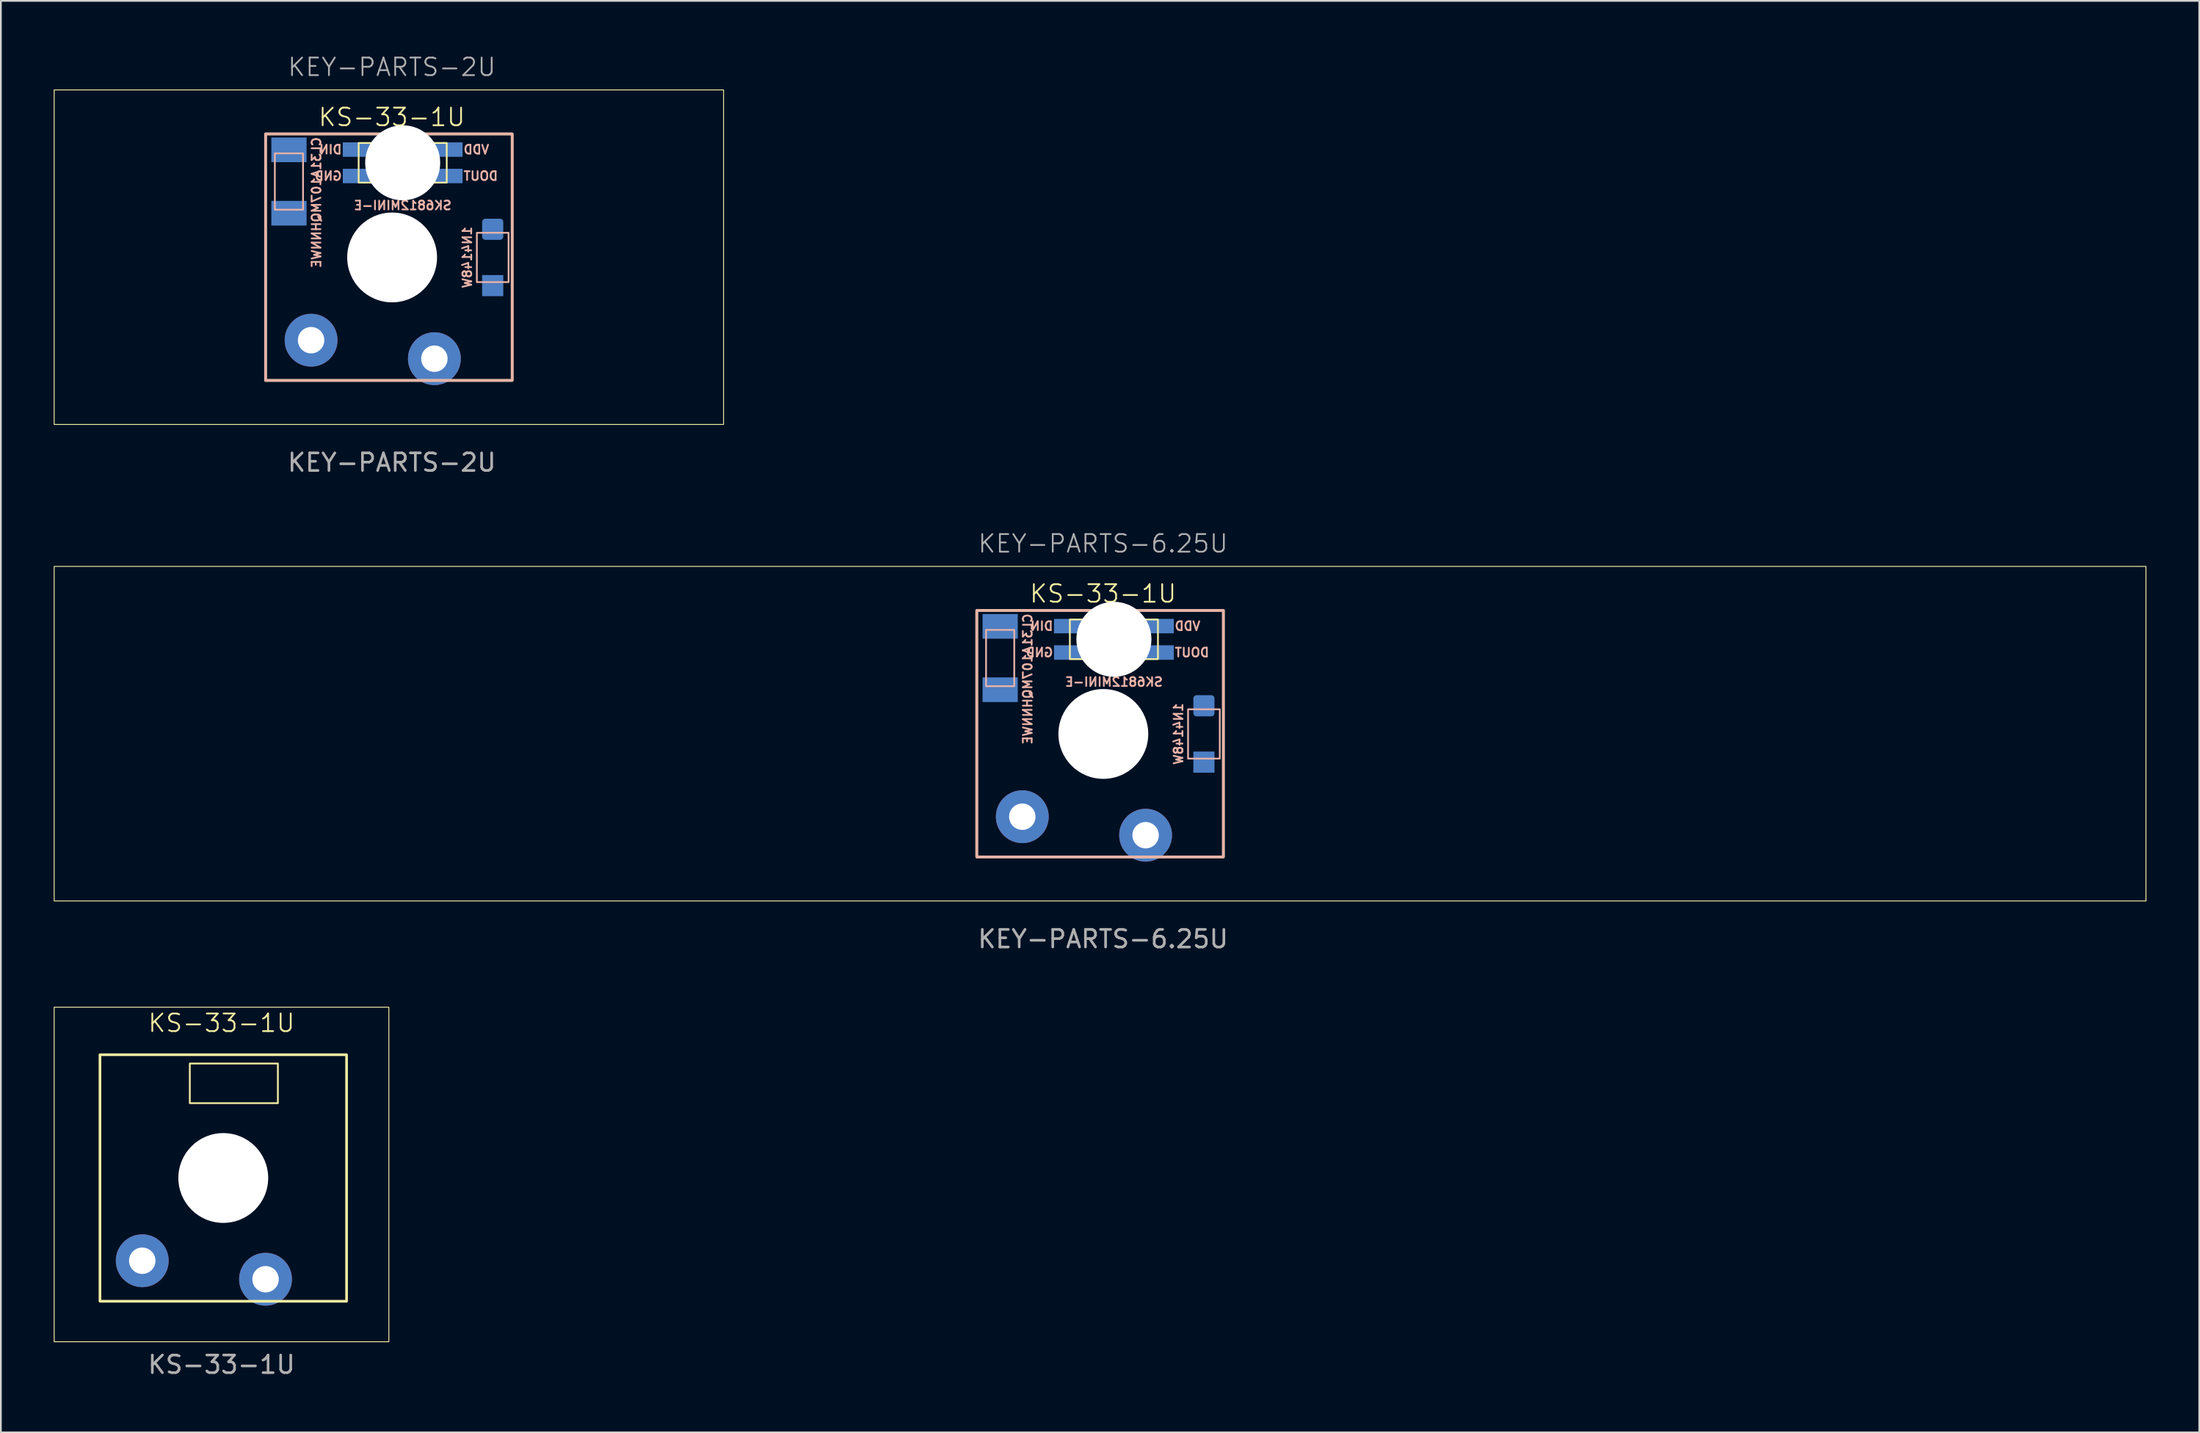
<source format=kicad_pcb>
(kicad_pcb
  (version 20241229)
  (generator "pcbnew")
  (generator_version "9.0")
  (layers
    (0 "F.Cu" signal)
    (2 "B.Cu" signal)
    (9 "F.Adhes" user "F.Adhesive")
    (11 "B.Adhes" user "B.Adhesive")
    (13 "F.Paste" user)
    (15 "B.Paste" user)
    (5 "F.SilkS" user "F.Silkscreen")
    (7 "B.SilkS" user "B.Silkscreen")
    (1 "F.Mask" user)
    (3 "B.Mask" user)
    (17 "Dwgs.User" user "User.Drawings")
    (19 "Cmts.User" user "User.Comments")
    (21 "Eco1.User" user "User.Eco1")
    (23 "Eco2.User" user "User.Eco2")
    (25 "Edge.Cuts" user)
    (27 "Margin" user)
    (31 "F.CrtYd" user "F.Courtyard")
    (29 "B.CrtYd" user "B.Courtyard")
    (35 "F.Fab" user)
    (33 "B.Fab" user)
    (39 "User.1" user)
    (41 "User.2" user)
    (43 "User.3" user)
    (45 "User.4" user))
  (footprint "KEY-PARTS-2U"
    (layer "F.Cu")
    (at 19.025 11.556)
    (property "Reference" "KEY-PARTS-2U" (at 0.17 -10.795 0) (unlocked yes) (layer "F.Fab") (effects (font (size 1 1) (thickness 0.1))))
    (attr smd)
    (fp_rect (start -19 -9.5) (end 19 9.5) (stroke (width 0.05) (type solid)) (fill no) (layer "F.SilkS"))
    (fp_rect (start -7 -7) (end 7 7) (stroke (width 0.15) (type solid)) (fill no) (layer "F.SilkS"))
    (fp_rect (start -1.715 -6.485) (end 3.285 -4.235) (stroke (width 0.1) (type solid)) (fill no) (layer "F.SilkS"))
    (fp_rect (start -7 -7) (end 7 7) (stroke (width 0.15) (type solid)) (fill no) (layer "B.SilkS"))
    (fp_rect (start -6.472 -5.896) (end -4.872 -2.696) (stroke (width 0.1) (type default)) (fill no) (layer "B.SilkS"))
    (fp_rect (start 4.996 -1.385) (end 6.796 1.415) (stroke (width 0.1) (type default)) (fill no) (layer "B.SilkS"))
    (fp_text user "KS-33-1U" (at 0.17 -7.366 0) (unlocked yes) (layer "F.SilkS") (effects (font (size 1 1) (thickness 0.1)) (justify bottom)))
    (fp_text user "GND" (at -2.615 -4.61 0) (unlocked yes) (layer "B.SilkS") (effects (font (size 0.5 0.5) (thickness 0.1)) (justify left mirror)))
    (fp_text user "SK6812MINI-E" (at 0.785 -3.23 0) (unlocked yes) (layer "B.SilkS") (effects (font (size 0.5 0.5) (thickness 0.1) (bold yes)) (justify top mirror)))
    (fp_text user "DOUT" (at 4.185 -4.61 0) (unlocked yes) (layer "B.SilkS") (effects (font (size 0.5 0.5) (thickness 0.1)) (justify right mirror)))
    (fp_text user "DIN" (at -2.615 -6.11 0) (unlocked yes) (layer "B.SilkS") (effects (font (size 0.5 0.5) (thickness 0.1)) (justify left mirror)))
    (fp_text user "VDD" (at 4.185 -6.11 0) (unlocked yes) (layer "B.SilkS") (effects (font (size 0.5 0.5) (thickness 0.1)) (justify right mirror)))
    (fp_text user "1N4148W" (at 4.742 0.015 90) (unlocked yes) (layer "B.SilkS") (effects (font (size 0.5 0.5) (thickness 0.1)) (justify bottom mirror)))
    (fp_text user "CL31A107MQHNNWE" (at -4.11 -3.102 90) (unlocked yes) (layer "B.SilkS") (effects (font (size 0.5 0.5) (thickness 0.1) (bold yes)) (justify mirror)))
    (fp_text user "${REFERENCE}" (at 0.17 11.66 0) (unlocked yes) (layer "F.Fab") (effects (font (size 1 1) (thickness 0.15))))
    (pad "" np_thru_hole circle (at 0.185 0.015) (size 5.1 5.1) (drill 5.25) (layers "*.Cu" "*.Mask"))
    (pad "" np_thru_hole circle (at 0.785 -5.36) (size 4.26 4.26) (drill 4.26) (layers "*.Cu" "*.Mask"))
    (pad "1" smd rect (at 3.285 -6.11) (size 1.8 0.82) (layers "B.Cu" "B.Mask" "B.Paste"))
    (pad "2" smd rect (at 3.285 -4.61) (size 1.8 0.82) (layers "B.Cu" "B.Mask" "B.Paste"))
    (pad "3" smd rect (at -1.715 -4.61) (size 1.8 0.82) (layers "B.Cu" "B.Mask" "B.Paste"))
    (pad "4" smd rect (at -1.715 -6.11) (size 1.8 0.82) (layers "B.Cu" "B.Mask" "B.Paste"))
    (pad "A" thru_hole circle (at -4.415 4.715) (size 3 3) (drill 1.5) (layers "*.Cu" "*.Mask"))
    (pad "B" thru_hole circle (at 2.585 5.765) (size 3 3) (drill 1.5) (layers "*.Cu" "*.Mask"))
    (pad "C_1" smd rect (at -5.672 -6.096 90) (size 1.4 2) (layers "B.Cu" "B.Mask" "B.Paste"))
    (pad "C_2" smd rect (at -5.672 -2.496 90) (size 1.4 2) (layers "B.Cu" "B.Mask" "B.Paste"))
    (pad "D_1" smd roundrect (at 5.896 -1.585 90) (size 1.2 1.2) (layers "B.Cu" "B.Mask" "B.Paste") (roundrect_rratio 0.15))
    (pad "D_2" smd rect (at 5.896 1.615 90) (size 1.2 1.2) (layers "B.Cu" "B.Mask" "B.Paste")))
  (footprint "KS-33-1U"
    (layer "F.Cu")
    (at 9.525 63.653)
    (property "Reference" "KS-33-1U" (at 0 -8.6 0) (unlocked yes) (layer "F.SilkS") (effects (font (size 1 1) (thickness 0.1))))
    (attr smd)
    (fp_rect (start -9.5 -9.5) (end 9.5 9.5) (stroke (width 0.05) (type solid)) (fill no) (layer "F.SilkS"))
    (fp_rect (start -6.9 -6.8) (end 7.1 7.2) (stroke (width 0.15) (type solid)) (fill no) (layer "F.SilkS"))
    (fp_rect (start -1.8 -6.3) (end 3.2 -4.05) (stroke (width 0.1) (type solid)) (fill no) (layer "F.SilkS"))
    (fp_text user "${REFERENCE}" (at 0 10.8 0) (unlocked yes) (layer "F.Fab") (effects (font (size 1 1) (thickness 0.15))))
    (pad "" np_thru_hole circle (at 0.1 0.2) (size 5.1 5.1) (drill 5.25) (layers "*.Cu" "*.Mask"))
    (pad "1" thru_hole circle (at -4.5 4.9) (size 3 3) (drill 1.5) (layers "*.Cu" "*.Mask"))
    (pad "2" thru_hole circle (at 2.5 5.95) (size 3 3) (drill 1.5) (layers "*.Cu" "*.Mask")))
  (footprint "KEY-PARTS-6.25U"
    (layer "F.Cu")
    (at 59.4 38.619)
    (property "Reference" "KEY-PARTS-6.25U" (at 0.17 -10.795 0) (unlocked yes) (layer "F.Fab") (effects (font (size 1 1) (thickness 0.1))))
    (attr smd)
    (fp_rect (start -59.375 -9.5) (end 59.375 9.5) (stroke (width 0.05) (type solid)) (fill no) (layer "F.SilkS"))
    (fp_rect (start -7 -7) (end 7 7) (stroke (width 0.15) (type solid)) (fill no) (layer "F.SilkS"))
    (fp_rect (start -1.715 -6.485) (end 3.285 -4.235) (stroke (width 0.1) (type solid)) (fill no) (layer "F.SilkS"))
    (fp_rect (start -7 -7) (end 7 7) (stroke (width 0.15) (type solid)) (fill no) (layer "B.SilkS"))
    (fp_rect (start -6.472 -5.896) (end -4.872 -2.696) (stroke (width 0.1) (type default)) (fill no) (layer "B.SilkS"))
    (fp_rect (start 4.996 -1.385) (end 6.796 1.415) (stroke (width 0.1) (type default)) (fill no) (layer "B.SilkS"))
    (fp_text user "KS-33-1U" (at 0.17 -7.366 0) (unlocked yes) (layer "F.SilkS") (effects (font (size 1 1) (thickness 0.1)) (justify bottom)))
    (fp_text user "DIN" (at -2.615 -6.11 0) (unlocked yes) (layer "B.SilkS") (effects (font (size 0.5 0.5) (thickness 0.1)) (justify left mirror)))
    (fp_text user "VDD" (at 4.185 -6.11 0) (unlocked yes) (layer "B.SilkS") (effects (font (size 0.5 0.5) (thickness 0.1)) (justify right mirror)))
    (fp_text user "SK6812MINI-E" (at 0.785 -3.23 0) (unlocked yes) (layer "B.SilkS") (effects (font (size 0.5 0.5) (thickness 0.1) (bold yes)) (justify top mirror)))
    (fp_text user "DOUT" (at 4.185 -4.61 0) (unlocked yes) (layer "B.SilkS") (effects (font (size 0.5 0.5) (thickness 0.1)) (justify right mirror)))
    (fp_text user "1N4148W" (at 4.742 0.015 90) (unlocked yes) (layer "B.SilkS") (effects (font (size 0.5 0.5) (thickness 0.1)) (justify bottom mirror)))
    (fp_text user "CL31A107MQHNNWE" (at -4.11 -3.102 90) (unlocked yes) (layer "B.SilkS") (effects (font (size 0.5 0.5) (thickness 0.1) (bold yes)) (justify mirror)))
    (fp_text user "GND" (at -2.615 -4.61 0) (unlocked yes) (layer "B.SilkS") (effects (font (size 0.5 0.5) (thickness 0.1)) (justify left mirror)))
    (fp_text user "${REFERENCE}" (at 0.17 11.66 0) (unlocked yes) (layer "F.Fab") (effects (font (size 1 1) (thickness 0.15))))
    (pad "" np_thru_hole circle (at 0.185 0.015) (size 5.1 5.1) (drill 5.25) (layers "*.Cu" "*.Mask"))
    (pad "" np_thru_hole circle (at 0.785 -5.36) (size 4.26 4.26) (drill 4.26) (layers "*.Cu" "*.Mask"))
    (pad "1" smd rect (at 3.285 -6.11) (size 1.8 0.82) (layers "B.Cu" "B.Mask" "B.Paste"))
    (pad "2" smd rect (at 3.285 -4.61) (size 1.8 0.82) (layers "B.Cu" "B.Mask" "B.Paste"))
    (pad "3" smd rect (at -1.715 -4.61) (size 1.8 0.82) (layers "B.Cu" "B.Mask" "B.Paste"))
    (pad "4" smd rect (at -1.715 -6.11) (size 1.8 0.82) (layers "B.Cu" "B.Mask" "B.Paste"))
    (pad "A" thru_hole circle (at -4.415 4.715) (size 3 3) (drill 1.5) (layers "*.Cu" "*.Mask"))
    (pad "B" thru_hole circle (at 2.585 5.765) (size 3 3) (drill 1.5) (layers "*.Cu" "*.Mask"))
    (pad "C_1" smd rect (at -5.672 -6.096 90) (size 1.4 2) (layers "B.Cu" "B.Mask" "B.Paste"))
    (pad "C_2" smd rect (at -5.672 -2.496 90) (size 1.4 2) (layers "B.Cu" "B.Mask" "B.Paste"))
    (pad "D_1" smd roundrect (at 5.896 -1.585 90) (size 1.2 1.2) (layers "B.Cu" "B.Mask" "B.Paste") (roundrect_rratio 0.15))
    (pad "D_2" smd rect (at 5.896 1.615 90) (size 1.2 1.2) (layers "B.Cu" "B.Mask" "B.Paste")))
  (gr_rect
    (start -3 -3)
    (end 121.8 78.301)
    (stroke (width 0.1) (type default))
    (fill no)
    (layer "Edge.Cuts")))
</source>
